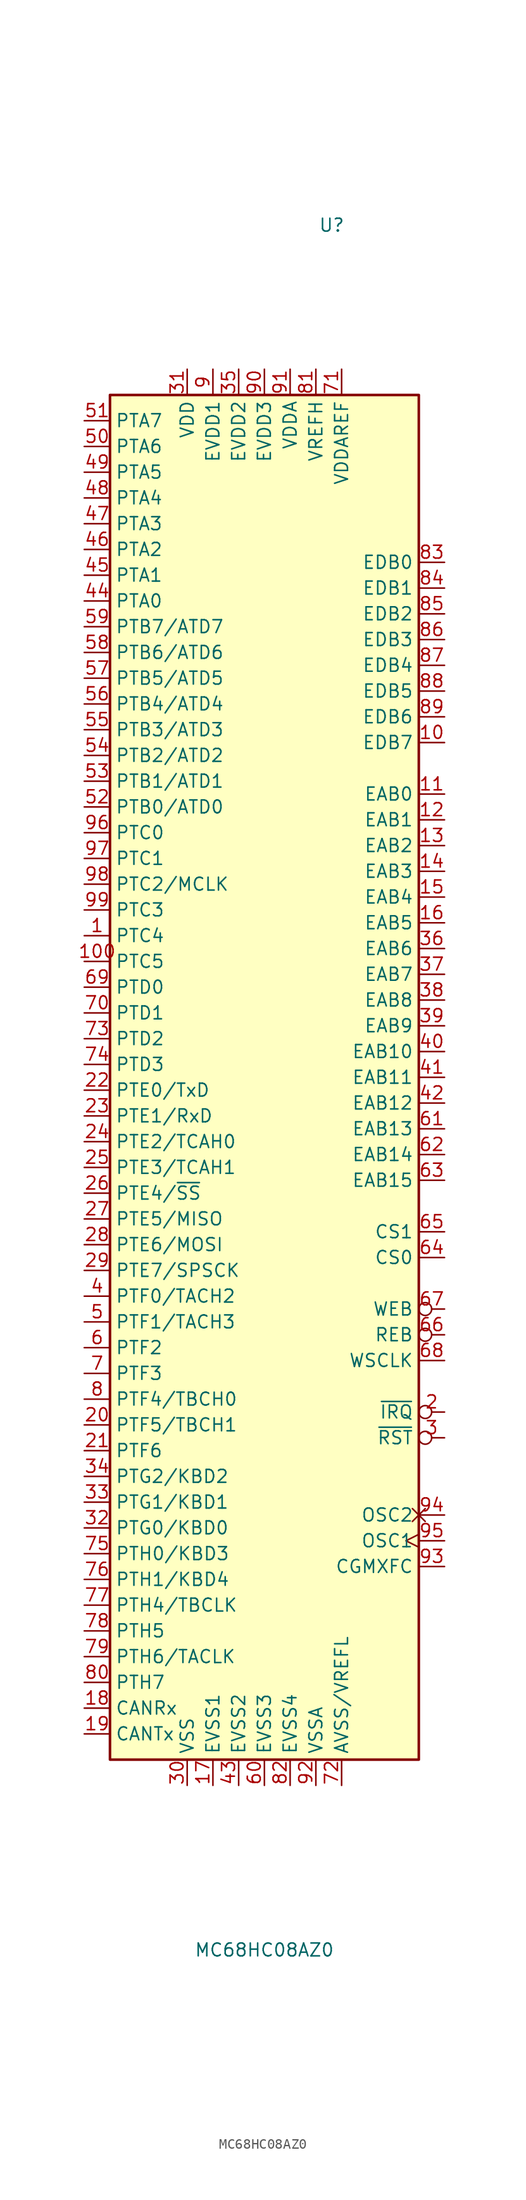
<source format=kicad_sym>
(kicad_symbol_lib
  (version 20231120)
  (generator "kicad_symbol_editor")
  (generator_version "8.0")
  (symbol "MC68HC08AZ0"
    (property "Reference" "U"
      (at 20.574 83.312 0)
      (effects (font (size 1.27 1.27)) (justify left bottom)))
    (property "Value" "MC68HC08AZ0"
      (at 15.24 -85.344 0)
      (effects (font (size 1.27 1.27)) (justify top)))
    (symbol "MC68HC08AZ0_0_1"
      (rectangle (start 0 67.31) (end 30.48 -67.31) (stroke (width 0.254) (type default)) (fill (type background))))
    (symbol "MC68HC08AZ0_1_1"
      (pin bidirectional line (at -2.54 13.97 0) (length 2.54) (name "PTC4" (effects (font (size 1.27 1.27)))) (number "1" (effects (font (size 1.27 1.27)))))
      (pin bidirectional line (at 33.02 33.02 180) (length 2.54) (name "EDB7" (effects (font (size 1.27 1.27)))) (number "10" (effects (font (size 1.27 1.27)))))
      (pin input line (at -2.54 11.43 0) (length 2.54) (name "PTC5" (effects (font (size 1.27 1.27)))) (number "100" (effects (font (size 1.27 1.27)))))
      (pin output line (at 33.02 27.94 180) (length 2.54) (name "EAB0" (effects (font (size 1.27 1.27)))) (number "11" (effects (font (size 1.27 1.27)))))
      (pin output line (at 33.02 25.4 180) (length 2.54) (name "EAB1" (effects (font (size 1.27 1.27)))) (number "12" (effects (font (size 1.27 1.27)))))
      (pin output line (at 33.02 22.86 180) (length 2.54) (name "EAB2" (effects (font (size 1.27 1.27)))) (number "13" (effects (font (size 1.27 1.27)))))
      (pin output line (at 33.02 20.32 180) (length 2.54) (name "EAB3" (effects (font (size 1.27 1.27)))) (number "14" (effects (font (size 1.27 1.27)))))
      (pin output line (at 33.02 17.78 180) (length 2.54) (name "EAB4" (effects (font (size 1.27 1.27)))) (number "15" (effects (font (size 1.27 1.27)))))
      (pin output line (at 33.02 15.24 180) (length 2.54) (name "EAB5" (effects (font (size 1.27 1.27)))) (number "16" (effects (font (size 1.27 1.27)))))
      (pin power_in line (at 10.16 -69.85 90) (length 2.54) (name "EVSS1" (effects (font (size 1.27 1.27)))) (number "17" (effects (font (size 1.27 1.27)))))
      (pin input line (at -2.54 -62.23 0) (length 2.54) (name "CANRx" (effects (font (size 1.27 1.27)))) (number "18" (effects (font (size 1.27 1.27)))))
      (pin output line (at -2.54 -64.77 0) (length 2.54) (name "CANTx" (effects (font (size 1.27 1.27)))) (number "19" (effects (font (size 1.27 1.27)))))
      (pin input inverted (at 33.02 -33.02 180) (length 2.54) (name "~{IRQ}" (effects (font (size 1.27 1.27)))) (number "2" (effects (font (size 1.27 1.27)))))
      (pin bidirectional line (at -2.54 -34.29 0) (length 2.54) (name "PTF5/TBCH1" (effects (font (size 1.27 1.27)))) (number "20" (effects (font (size 1.27 1.27)))))
      (pin bidirectional line (at -2.54 -36.83 0) (length 2.54) (name "PTF6" (effects (font (size 1.27 1.27)))) (number "21" (effects (font (size 1.27 1.27)))))
      (pin bidirectional line (at -2.54 -1.27 0) (length 2.54) (name "PTE0/TxD" (effects (font (size 1.27 1.27)))) (number "22" (effects (font (size 1.27 1.27)))))
      (pin bidirectional line (at -2.54 -3.81 0) (length 2.54) (name "PTE1/RxD" (effects (font (size 1.27 1.27)))) (number "23" (effects (font (size 1.27 1.27)))))
      (pin bidirectional line (at -2.54 -6.35 0) (length 2.54) (name "PTE2/TCAH0" (effects (font (size 1.27 1.27)))) (number "24" (effects (font (size 1.27 1.27)))))
      (pin bidirectional line (at -2.54 -8.89 0) (length 2.54) (name "PTE3/TCAH1" (effects (font (size 1.27 1.27)))) (number "25" (effects (font (size 1.27 1.27)))))
      (pin bidirectional line (at -2.54 -11.43 0) (length 2.54) (name "PTE4/~{SS}" (effects (font (size 1.27 1.27)))) (number "26" (effects (font (size 1.27 1.27)))))
      (pin bidirectional line (at -2.54 -13.97 0) (length 2.54) (name "PTE5/MISO" (effects (font (size 1.27 1.27)))) (number "27" (effects (font (size 1.27 1.27)))))
      (pin bidirectional line (at -2.54 -16.51 0) (length 2.54) (name "PTE6/MOSI" (effects (font (size 1.27 1.27)))) (number "28" (effects (font (size 1.27 1.27)))))
      (pin bidirectional line (at -2.54 -19.05 0) (length 2.54) (name "PTE7/SPSCK" (effects (font (size 1.27 1.27)))) (number "29" (effects (font (size 1.27 1.27)))))
      (pin input inverted (at 33.02 -35.56 180) (length 2.54) (name "~{RST}" (effects (font (size 1.27 1.27)))) (number "3" (effects (font (size 1.27 1.27)))))
      (pin power_in line (at 7.62 -69.85 90) (length 2.54) (name "VSS" (effects (font (size 1.27 1.27)))) (number "30" (effects (font (size 1.27 1.27)))))
      (pin power_in line (at 7.62 69.85 270) (length 2.54) (name "VDD" (effects (font (size 1.27 1.27)))) (number "31" (effects (font (size 1.27 1.27)))))
      (pin bidirectional line (at -2.54 -44.45 0) (length 2.54) (name "PTG0/KBD0" (effects (font (size 1.27 1.27)))) (number "32" (effects (font (size 1.27 1.27)))))
      (pin bidirectional line (at -2.54 -41.91 0) (length 2.54) (name "PTG1/KBD1" (effects (font (size 1.27 1.27)))) (number "33" (effects (font (size 1.27 1.27)))))
      (pin bidirectional line (at -2.54 -39.37 0) (length 2.54) (name "PTG2/KBD2" (effects (font (size 1.27 1.27)))) (number "34" (effects (font (size 1.27 1.27)))))
      (pin power_in line (at 12.7 69.85 270) (length 2.54) (name "EVDD2" (effects (font (size 1.27 1.27)))) (number "35" (effects (font (size 1.27 1.27)))))
      (pin output line (at 33.02 12.7 180) (length 2.54) (name "EAB6" (effects (font (size 1.27 1.27)))) (number "36" (effects (font (size 1.27 1.27)))))
      (pin output line (at 33.02 10.16 180) (length 2.54) (name "EAB7" (effects (font (size 1.27 1.27)))) (number "37" (effects (font (size 1.27 1.27)))))
      (pin output line (at 33.02 7.62 180) (length 2.54) (name "EAB8" (effects (font (size 1.27 1.27)))) (number "38" (effects (font (size 1.27 1.27)))))
      (pin output line (at 33.02 5.08 180) (length 2.54) (name "EAB9" (effects (font (size 1.27 1.27)))) (number "39" (effects (font (size 1.27 1.27)))))
      (pin bidirectional line (at -2.54 -21.59 0) (length 2.54) (name "PTF0/TACH2" (effects (font (size 1.27 1.27)))) (number "4" (effects (font (size 1.27 1.27)))))
      (pin output line (at 33.02 2.54 180) (length 2.54) (name "EAB10" (effects (font (size 1.27 1.27)))) (number "40" (effects (font (size 1.27 1.27)))))
      (pin output line (at 33.02 0 180) (length 2.54) (name "EAB11" (effects (font (size 1.27 1.27)))) (number "41" (effects (font (size 1.27 1.27)))))
      (pin output line (at 33.02 -2.54 180) (length 2.54) (name "EAB12" (effects (font (size 1.27 1.27)))) (number "42" (effects (font (size 1.27 1.27)))))
      (pin power_in line (at 12.7 -69.85 90) (length 2.54) (name "EVSS2" (effects (font (size 1.27 1.27)))) (number "43" (effects (font (size 1.27 1.27)))))
      (pin bidirectional line (at -2.54 46.99 0) (length 2.54) (name "PTA0" (effects (font (size 1.27 1.27)))) (number "44" (effects (font (size 1.27 1.27)))))
      (pin bidirectional line (at -2.54 49.53 0) (length 2.54) (name "PTA1" (effects (font (size 1.27 1.27)))) (number "45" (effects (font (size 1.27 1.27)))))
      (pin bidirectional line (at -2.54 52.07 0) (length 2.54) (name "PTA2" (effects (font (size 1.27 1.27)))) (number "46" (effects (font (size 1.27 1.27)))))
      (pin bidirectional line (at -2.54 54.61 0) (length 2.54) (name "PTA3" (effects (font (size 1.27 1.27)))) (number "47" (effects (font (size 1.27 1.27)))))
      (pin bidirectional line (at -2.54 57.15 0) (length 2.54) (name "PTA4" (effects (font (size 1.27 1.27)))) (number "48" (effects (font (size 1.27 1.27)))))
      (pin bidirectional line (at -2.54 59.69 0) (length 2.54) (name "PTA5" (effects (font (size 1.27 1.27)))) (number "49" (effects (font (size 1.27 1.27)))))
      (pin bidirectional line (at -2.54 -24.13 0) (length 2.54) (name "PTF1/TACH3" (effects (font (size 1.27 1.27)))) (number "5" (effects (font (size 1.27 1.27)))))
      (pin bidirectional line (at -2.54 62.23 0) (length 2.54) (name "PTA6" (effects (font (size 1.27 1.27)))) (number "50" (effects (font (size 1.27 1.27)))))
      (pin bidirectional line (at -2.54 64.77 0) (length 2.54) (name "PTA7" (effects (font (size 1.27 1.27)))) (number "51" (effects (font (size 1.27 1.27)))))
      (pin bidirectional line (at -2.54 26.67 0) (length 2.54) (name "PTB0/ATD0" (effects (font (size 1.27 1.27)))) (number "52" (effects (font (size 1.27 1.27)))))
      (pin bidirectional line (at -2.54 29.21 0) (length 2.54) (name "PTB1/ATD1" (effects (font (size 1.27 1.27)))) (number "53" (effects (font (size 1.27 1.27)))))
      (pin bidirectional line (at -2.54 31.75 0) (length 2.54) (name "PTB2/ATD2" (effects (font (size 1.27 1.27)))) (number "54" (effects (font (size 1.27 1.27)))))
      (pin bidirectional line (at -2.54 34.29 0) (length 2.54) (name "PTB3/ATD3" (effects (font (size 1.27 1.27)))) (number "55" (effects (font (size 1.27 1.27)))))
      (pin bidirectional line (at -2.54 36.83 0) (length 2.54) (name "PTB4/ATD4" (effects (font (size 1.27 1.27)))) (number "56" (effects (font (size 1.27 1.27)))))
      (pin bidirectional line (at -2.54 39.37 0) (length 2.54) (name "PTB5/ATD5" (effects (font (size 1.27 1.27)))) (number "57" (effects (font (size 1.27 1.27)))))
      (pin bidirectional line (at -2.54 41.91 0) (length 2.54) (name "PTB6/ATD6" (effects (font (size 1.27 1.27)))) (number "58" (effects (font (size 1.27 1.27)))))
      (pin bidirectional line (at -2.54 44.45 0) (length 2.54) (name "PTB7/ATD7" (effects (font (size 1.27 1.27)))) (number "59" (effects (font (size 1.27 1.27)))))
      (pin bidirectional line (at -2.54 -26.67 0) (length 2.54) (name "PTF2" (effects (font (size 1.27 1.27)))) (number "6" (effects (font (size 1.27 1.27)))))
      (pin power_in line (at 15.24 -69.85 90) (length 2.54) (name "EVSS3" (effects (font (size 1.27 1.27)))) (number "60" (effects (font (size 1.27 1.27)))))
      (pin output line (at 33.02 -5.08 180) (length 2.54) (name "EAB13" (effects (font (size 1.27 1.27)))) (number "61" (effects (font (size 1.27 1.27)))))
      (pin output line (at 33.02 -7.62 180) (length 2.54) (name "EAB14" (effects (font (size 1.27 1.27)))) (number "62" (effects (font (size 1.27 1.27)))))
      (pin output line (at 33.02 -10.16 180) (length 2.54) (name "EAB15" (effects (font (size 1.27 1.27)))) (number "63" (effects (font (size 1.27 1.27)))))
      (pin output line (at 33.02 -17.78 180) (length 2.54) (name "CS0" (effects (font (size 1.27 1.27)))) (number "64" (effects (font (size 1.27 1.27)))))
      (pin output line (at 33.02 -15.24 180) (length 2.54) (name "CS1" (effects (font (size 1.27 1.27)))) (number "65" (effects (font (size 1.27 1.27)))))
      (pin output inverted (at 33.02 -25.4 180) (length 2.54) (name "REB" (effects (font (size 1.27 1.27)))) (number "66" (effects (font (size 1.27 1.27)))))
      (pin output inverted (at 33.02 -22.86 180) (length 2.54) (name "WEB" (effects (font (size 1.27 1.27)))) (number "67" (effects (font (size 1.27 1.27)))))
      (pin output line (at 33.02 -27.94 180) (length 2.54) (name "WSCLK" (effects (font (size 1.27 1.27)))) (number "68" (effects (font (size 1.27 1.27)))))
      (pin bidirectional line (at -2.54 8.89 0) (length 2.54) (name "PTD0" (effects (font (size 1.27 1.27)))) (number "69" (effects (font (size 1.27 1.27)))))
      (pin bidirectional line (at -2.54 -29.21 0) (length 2.54) (name "PTF3" (effects (font (size 1.27 1.27)))) (number "7" (effects (font (size 1.27 1.27)))))
      (pin bidirectional line (at -2.54 6.35 0) (length 2.54) (name "PTD1" (effects (font (size 1.27 1.27)))) (number "70" (effects (font (size 1.27 1.27)))))
      (pin passive line (at 22.86 69.85 270) (length 2.54) (name "VDDAREF" (effects (font (size 1.27 1.27)))) (number "71" (effects (font (size 1.27 1.27)))))
      (pin passive line (at 22.86 -69.85 90) (length 2.54) (name "AVSS/VREFL" (effects (font (size 1.27 1.27)))) (number "72" (effects (font (size 1.27 1.27)))))
      (pin bidirectional line (at -2.54 3.81 0) (length 2.54) (name "PTD2" (effects (font (size 1.27 1.27)))) (number "73" (effects (font (size 1.27 1.27)))))
      (pin input line (at -2.54 1.27 0) (length 2.54) (name "PTD3" (effects (font (size 1.27 1.27)))) (number "74" (effects (font (size 1.27 1.27)))))
      (pin input line (at -2.54 -46.99 0) (length 2.54) (name "PTH0/KBD3" (effects (font (size 1.27 1.27)))) (number "75" (effects (font (size 1.27 1.27)))))
      (pin input line (at -2.54 -49.53 0) (length 2.54) (name "PTH1/KBD4" (effects (font (size 1.27 1.27)))) (number "76" (effects (font (size 1.27 1.27)))))
      (pin input line (at -2.54 -52.07 0) (length 2.54) (name "PTH4/TBCLK" (effects (font (size 1.27 1.27)))) (number "77" (effects (font (size 1.27 1.27)))))
      (pin input line (at -2.54 -54.61 0) (length 2.54) (name "PTH5" (effects (font (size 1.27 1.27)))) (number "78" (effects (font (size 1.27 1.27)))))
      (pin input line (at -2.54 -57.15 0) (length 2.54) (name "PTH6/TACLK" (effects (font (size 1.27 1.27)))) (number "79" (effects (font (size 1.27 1.27)))))
      (pin bidirectional line (at -2.54 -31.75 0) (length 2.54) (name "PTF4/TBCH0" (effects (font (size 1.27 1.27)))) (number "8" (effects (font (size 1.27 1.27)))))
      (pin input line (at -2.54 -59.69 0) (length 2.54) (name "PTH7" (effects (font (size 1.27 1.27)))) (number "80" (effects (font (size 1.27 1.27)))))
      (pin passive line (at 20.32 69.85 270) (length 2.54) (name "VREFH" (effects (font (size 1.27 1.27)))) (number "81" (effects (font (size 1.27 1.27)))))
      (pin power_in line (at 17.78 -69.85 90) (length 2.54) (name "EVSS4" (effects (font (size 1.27 1.27)))) (number "82" (effects (font (size 1.27 1.27)))))
      (pin bidirectional line (at 33.02 50.8 180) (length 2.54) (name "EDB0" (effects (font (size 1.27 1.27)))) (number "83" (effects (font (size 1.27 1.27)))))
      (pin bidirectional line (at 33.02 48.26 180) (length 2.54) (name "EDB1" (effects (font (size 1.27 1.27)))) (number "84" (effects (font (size 1.27 1.27)))))
      (pin bidirectional line (at 33.02 45.72 180) (length 2.54) (name "EDB2" (effects (font (size 1.27 1.27)))) (number "85" (effects (font (size 1.27 1.27)))))
      (pin bidirectional line (at 33.02 43.18 180) (length 2.54) (name "EDB3" (effects (font (size 1.27 1.27)))) (number "86" (effects (font (size 1.27 1.27)))))
      (pin bidirectional line (at 33.02 40.64 180) (length 2.54) (name "EDB4" (effects (font (size 1.27 1.27)))) (number "87" (effects (font (size 1.27 1.27)))))
      (pin bidirectional line (at 33.02 38.1 180) (length 2.54) (name "EDB5" (effects (font (size 1.27 1.27)))) (number "88" (effects (font (size 1.27 1.27)))))
      (pin bidirectional line (at 33.02 35.56 180) (length 2.54) (name "EDB6" (effects (font (size 1.27 1.27)))) (number "89" (effects (font (size 1.27 1.27)))))
      (pin power_in line (at 10.16 69.85 270) (length 2.54) (name "EVDD1" (effects (font (size 1.27 1.27)))) (number "9" (effects (font (size 1.27 1.27)))))
      (pin power_in line (at 15.24 69.85 270) (length 2.54) (name "EVDD3" (effects (font (size 1.27 1.27)))) (number "90" (effects (font (size 1.27 1.27)))))
      (pin power_in line (at 17.78 69.85 270) (length 2.54) (name "VDDA" (effects (font (size 1.27 1.27)))) (number "91" (effects (font (size 1.27 1.27)))))
      (pin power_in line (at 20.32 -69.85 90) (length 2.54) (name "VSSA" (effects (font (size 1.27 1.27)))) (number "92" (effects (font (size 1.27 1.27)))))
      (pin passive line (at 33.02 -48.26 180) (length 2.54) (name "CGMXFC" (effects (font (size 1.27 1.27)))) (number "93" (effects (font (size 1.27 1.27)))))
      (pin output non_logic (at 33.02 -43.18 180) (length 2.54) (name "OSC2" (effects (font (size 1.27 1.27)))) (number "94" (effects (font (size 1.27 1.27)))))
      (pin input clock (at 33.02 -45.72 180) (length 2.54) (name "OSC1" (effects (font (size 1.27 1.27)))) (number "95" (effects (font (size 1.27 1.27)))))
      (pin input line (at -2.54 24.13 0) (length 2.54) (name "PTC0" (effects (font (size 1.27 1.27)))) (number "96" (effects (font (size 1.27 1.27)))))
      (pin input line (at -2.54 21.59 0) (length 2.54) (name "PTC1" (effects (font (size 1.27 1.27)))) (number "97" (effects (font (size 1.27 1.27)))))
      (pin input line (at -2.54 19.05 0) (length 2.54) (name "PTC2/MCLK" (effects (font (size 1.27 1.27)))) (number "98" (effects (font (size 1.27 1.27)))))
      (pin input line (at -2.54 16.51 0) (length 2.54) (name "PTC3" (effects (font (size 1.27 1.27)))) (number "99" (effects (font (size 1.27 1.27))))))))
</source>
